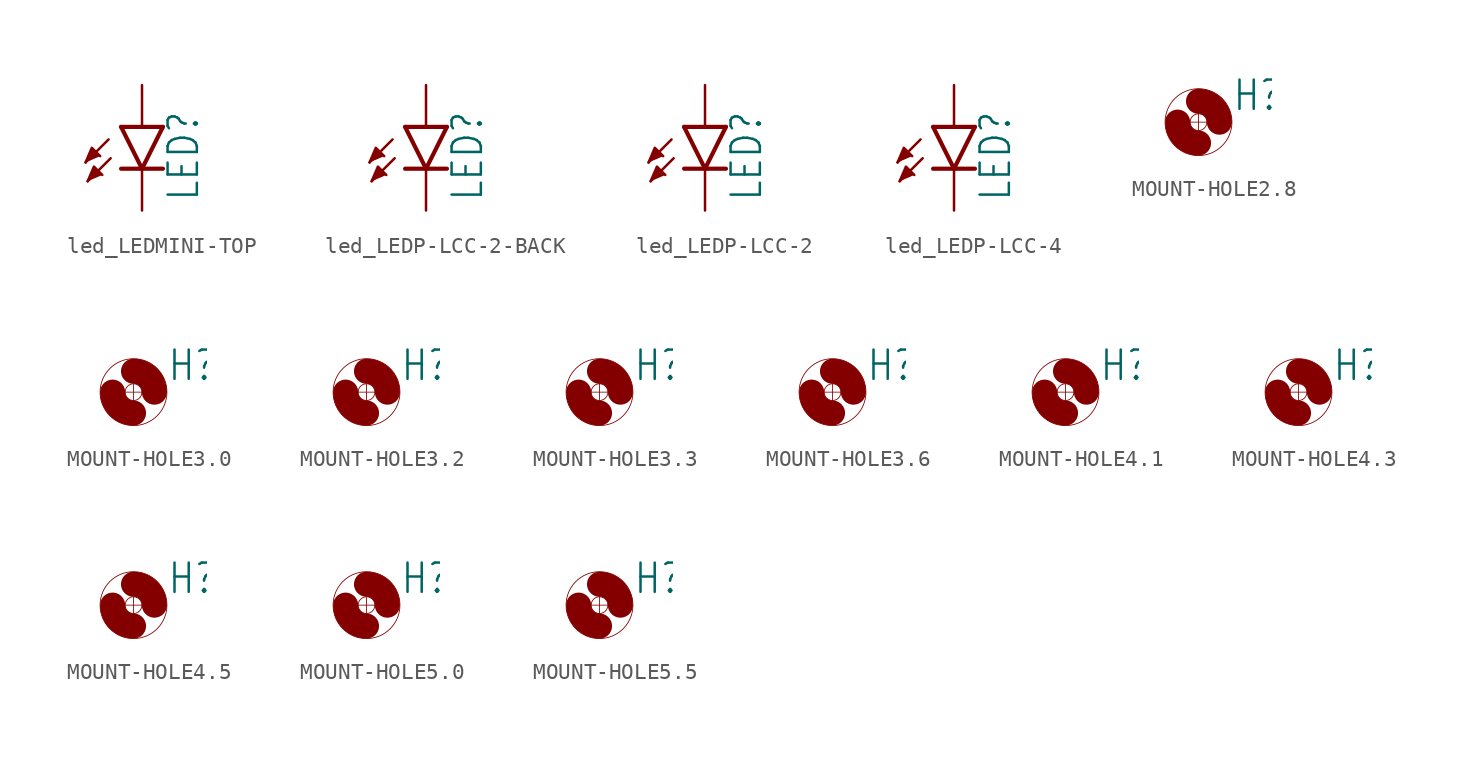
<source format=kicad_sym>
(kicad_symbol_lib
  (version 20231120)
  (generator "kicad_symbol_editor")
  (generator_version "8.0")
  (symbol "led_LEDMINI-TOP"
    (property "Reference" "LED"
      (at 3.556 -4.572 90)
      (effects (font (size 1.778 1.511)) (justify left bottom)))
    (property "Value" ""
      (at 5.715 -4.572 90)
      (effects (font (size 1.778 1.511)) (justify left bottom)))
    (property "ki_locked" ""
      (at 0 0 0)
      (effects (font (size 1.27 1.27))))
    (symbol "led_LEDMINI-TOP_1_0"
      (polyline (pts (xy -2.032 -0.762) (xy -3.429 -2.159)) (stroke (width 0.152) (type solid)) (fill (type none)))
      (polyline (pts (xy -1.905 -1.905) (xy -3.302 -3.302)) (stroke (width 0.152) (type solid)) (fill (type none)))
      (polyline (pts (xy 0 -2.54) (xy -1.27 -2.54)) (stroke (width 0.254) (type solid)) (fill (type none)))
      (polyline (pts (xy 0 -2.54) (xy -1.27 0)) (stroke (width 0.254) (type solid)) (fill (type none)))
      (polyline (pts (xy 0 0) (xy -1.27 0)) (stroke (width 0.254) (type solid)) (fill (type none)))
      (polyline (pts (xy 1.27 -2.54) (xy 0 -2.54)) (stroke (width 0.254) (type solid)) (fill (type none)))
      (polyline (pts (xy 1.27 0) (xy 0 -2.54)) (stroke (width 0.254) (type solid)) (fill (type none)))
      (polyline (pts (xy 1.27 0) (xy 0 0)) (stroke (width 0.254) (type solid)) (fill (type none)))
      (polyline (pts (xy -3.429 -2.159) (xy -3.048 -1.27) (xy -2.54 -1.778)) (stroke (width 0.152) (type solid)) (fill (type outline)))
      (polyline (pts (xy -3.302 -3.302) (xy -2.921 -2.413) (xy -2.413 -2.921)) (stroke (width 0.152) (type solid)) (fill (type outline)))
      (pin passive line (at 0 2.54 270) (length 2.54) (name "A" (effects (font (size 0 0)))) (number "A" (effects (font (size 0 0)))))
      (pin passive line (at 0 -5.08 90) (length 2.54) (name "C" (effects (font (size 0 0)))) (number "C" (effects (font (size 0 0)))))))
  (symbol "led_LEDP-LCC-2-BACK"
    (property "Reference" "LED"
      (at 3.556 -4.572 90)
      (effects (font (size 1.778 1.511)) (justify left bottom)))
    (property "Value" ""
      (at 5.715 -4.572 90)
      (effects (font (size 1.778 1.511)) (justify left bottom)))
    (property "ki_locked" ""
      (at 0 0 0)
      (effects (font (size 1.27 1.27))))
    (symbol "led_LEDP-LCC-2-BACK_1_0"
      (polyline (pts (xy -2.032 -0.762) (xy -3.429 -2.159)) (stroke (width 0.152) (type solid)) (fill (type none)))
      (polyline (pts (xy -1.905 -1.905) (xy -3.302 -3.302)) (stroke (width 0.152) (type solid)) (fill (type none)))
      (polyline (pts (xy 0 -2.54) (xy -1.27 -2.54)) (stroke (width 0.254) (type solid)) (fill (type none)))
      (polyline (pts (xy 0 -2.54) (xy -1.27 0)) (stroke (width 0.254) (type solid)) (fill (type none)))
      (polyline (pts (xy 0 0) (xy -1.27 0)) (stroke (width 0.254) (type solid)) (fill (type none)))
      (polyline (pts (xy 1.27 -2.54) (xy 0 -2.54)) (stroke (width 0.254) (type solid)) (fill (type none)))
      (polyline (pts (xy 1.27 0) (xy 0 -2.54)) (stroke (width 0.254) (type solid)) (fill (type none)))
      (polyline (pts (xy 1.27 0) (xy 0 0)) (stroke (width 0.254) (type solid)) (fill (type none)))
      (polyline (pts (xy -3.429 -2.159) (xy -3.048 -1.27) (xy -2.54 -1.778)) (stroke (width 0.152) (type solid)) (fill (type outline)))
      (polyline (pts (xy -3.302 -3.302) (xy -2.921 -2.413) (xy -2.413 -2.921)) (stroke (width 0.152) (type solid)) (fill (type outline)))
      (pin passive line (at 0 2.54 270) (length 2.54) (name "A" (effects (font (size 0 0)))) (number "A" (effects (font (size 0 0)))))
      (pin passive line (at 0 -5.08 90) (length 2.54) (name "C" (effects (font (size 0 0)))) (number "C" (effects (font (size 0 0)))))))
  (symbol "led_LEDP-LCC-2"
    (property "Reference" "LED"
      (at 3.556 -4.572 90)
      (effects (font (size 1.778 1.511)) (justify left bottom)))
    (property "Value" ""
      (at 5.715 -4.572 90)
      (effects (font (size 1.778 1.511)) (justify left bottom)))
    (property "ki_locked" ""
      (at 0 0 0)
      (effects (font (size 1.27 1.27))))
    (symbol "led_LEDP-LCC-2_1_0"
      (polyline (pts (xy -2.032 -0.762) (xy -3.429 -2.159)) (stroke (width 0.152) (type solid)) (fill (type none)))
      (polyline (pts (xy -1.905 -1.905) (xy -3.302 -3.302)) (stroke (width 0.152) (type solid)) (fill (type none)))
      (polyline (pts (xy 0 -2.54) (xy -1.27 -2.54)) (stroke (width 0.254) (type solid)) (fill (type none)))
      (polyline (pts (xy 0 -2.54) (xy -1.27 0)) (stroke (width 0.254) (type solid)) (fill (type none)))
      (polyline (pts (xy 0 0) (xy -1.27 0)) (stroke (width 0.254) (type solid)) (fill (type none)))
      (polyline (pts (xy 1.27 -2.54) (xy 0 -2.54)) (stroke (width 0.254) (type solid)) (fill (type none)))
      (polyline (pts (xy 1.27 0) (xy 0 -2.54)) (stroke (width 0.254) (type solid)) (fill (type none)))
      (polyline (pts (xy 1.27 0) (xy 0 0)) (stroke (width 0.254) (type solid)) (fill (type none)))
      (polyline (pts (xy -3.429 -2.159) (xy -3.048 -1.27) (xy -2.54 -1.778)) (stroke (width 0.152) (type solid)) (fill (type outline)))
      (polyline (pts (xy -3.302 -3.302) (xy -2.921 -2.413) (xy -2.413 -2.921)) (stroke (width 0.152) (type solid)) (fill (type outline)))
      (pin passive line (at 0 2.54 270) (length 2.54) (name "A" (effects (font (size 0 0)))) (number "A" (effects (font (size 0 0)))))
      (pin passive line (at 0 -5.08 90) (length 2.54) (name "C" (effects (font (size 0 0)))) (number "C" (effects (font (size 0 0)))))))
  (symbol "led_LEDP-LCC-4"
    (property "Reference" "LED"
      (at 3.556 -4.572 90)
      (effects (font (size 1.778 1.511)) (justify left bottom)))
    (property "Value" ""
      (at 5.715 -4.572 90)
      (effects (font (size 1.778 1.511)) (justify left bottom)))
    (property "ki_locked" ""
      (at 0 0 0)
      (effects (font (size 1.27 1.27))))
    (symbol "led_LEDP-LCC-4_1_0"
      (polyline (pts (xy -2.032 -0.762) (xy -3.429 -2.159)) (stroke (width 0.152) (type solid)) (fill (type none)))
      (polyline (pts (xy -1.905 -1.905) (xy -3.302 -3.302)) (stroke (width 0.152) (type solid)) (fill (type none)))
      (polyline (pts (xy 0 -2.54) (xy -1.27 -2.54)) (stroke (width 0.254) (type solid)) (fill (type none)))
      (polyline (pts (xy 0 -2.54) (xy -1.27 0)) (stroke (width 0.254) (type solid)) (fill (type none)))
      (polyline (pts (xy 0 0) (xy -1.27 0)) (stroke (width 0.254) (type solid)) (fill (type none)))
      (polyline (pts (xy 1.27 -2.54) (xy 0 -2.54)) (stroke (width 0.254) (type solid)) (fill (type none)))
      (polyline (pts (xy 1.27 0) (xy 0 -2.54)) (stroke (width 0.254) (type solid)) (fill (type none)))
      (polyline (pts (xy 1.27 0) (xy 0 0)) (stroke (width 0.254) (type solid)) (fill (type none)))
      (polyline (pts (xy -3.429 -2.159) (xy -3.048 -1.27) (xy -2.54 -1.778)) (stroke (width 0.152) (type solid)) (fill (type outline)))
      (polyline (pts (xy -3.302 -3.302) (xy -2.921 -2.413) (xy -2.413 -2.921)) (stroke (width 0.152) (type solid)) (fill (type outline)))
      (pin passive line (at 0 2.54 270) (length 2.54) (name "A" (effects (font (size 0 0)))) (number "A" (effects (font (size 0 0)))))
      (pin passive line (at 0 -5.08 90) (length 2.54) (name "C" (effects (font (size 0 0)))) (number "C@4" (effects (font (size 0 0)))))))
  (symbol "MOUNT-HOLE2.8"
    (property "Reference" "H"
      (at 2.032 0.584 0)
      (effects (font (size 1.778 1.511)) (justify left bottom)))
    (property "Value" ""
      (at 2.032 -2.464 0)
      (effects (font (size 1.778 1.511)) (justify left bottom)))
    (property "ki_locked" ""
      (at 0 0 0)
      (effects (font (size 1.27 1.27))))
    (symbol "MOUNT-HOLE2.8_1_0"
      (arc (start -1.27 0) (mid -0.898 -0.898) (end 0 -1.27) (stroke (width 1.524) (type solid)) (fill (type none)))
      (polyline (pts (xy -0.508 0) (xy 0.508 0)) (stroke (width 0.051) (type solid)) (fill (type none)))
      (polyline (pts (xy 0 0.508) (xy 0 -0.508)) (stroke (width 0.051) (type solid)) (fill (type none)))
      (circle (center 0 0) (radius 0.508) (stroke (width 0.051) (type solid)) (fill (type none)))
      (circle (center 0 0) (radius 2.032) (stroke (width 0.051) (type solid)) (fill (type none)))
      (arc (start 1.27 0) (mid 0.898 0.898) (end 0 1.27) (stroke (width 1.524) (type solid)) (fill (type none)))))
  (symbol "MOUNT-HOLE3.0"
    (property "Reference" "H"
      (at 2.032 0.584 0)
      (effects (font (size 1.778 1.511)) (justify left bottom)))
    (property "Value" ""
      (at 2.032 -2.464 0)
      (effects (font (size 1.778 1.511)) (justify left bottom)))
    (property "ki_locked" ""
      (at 0 0 0)
      (effects (font (size 1.27 1.27))))
    (symbol "MOUNT-HOLE3.0_1_0"
      (arc (start -1.27 0) (mid -0.898 -0.898) (end 0 -1.27) (stroke (width 1.524) (type solid)) (fill (type none)))
      (polyline (pts (xy -0.508 0) (xy 0.508 0)) (stroke (width 0.051) (type solid)) (fill (type none)))
      (polyline (pts (xy 0 0.508) (xy 0 -0.508)) (stroke (width 0.051) (type solid)) (fill (type none)))
      (circle (center 0 0) (radius 0.508) (stroke (width 0.051) (type solid)) (fill (type none)))
      (circle (center 0 0) (radius 2.032) (stroke (width 0.051) (type solid)) (fill (type none)))
      (arc (start 1.27 0) (mid 0.898 0.898) (end 0 1.27) (stroke (width 1.524) (type solid)) (fill (type none)))))
  (symbol "MOUNT-HOLE3.2"
    (property "Reference" "H"
      (at 2.032 0.584 0)
      (effects (font (size 1.778 1.511)) (justify left bottom)))
    (property "Value" ""
      (at 2.032 -2.464 0)
      (effects (font (size 1.778 1.511)) (justify left bottom)))
    (property "ki_locked" ""
      (at 0 0 0)
      (effects (font (size 1.27 1.27))))
    (symbol "MOUNT-HOLE3.2_1_0"
      (arc (start -1.27 0) (mid -0.898 -0.898) (end 0 -1.27) (stroke (width 1.524) (type solid)) (fill (type none)))
      (polyline (pts (xy -0.508 0) (xy 0.508 0)) (stroke (width 0.051) (type solid)) (fill (type none)))
      (polyline (pts (xy 0 0.508) (xy 0 -0.508)) (stroke (width 0.051) (type solid)) (fill (type none)))
      (circle (center 0 0) (radius 0.508) (stroke (width 0.051) (type solid)) (fill (type none)))
      (circle (center 0 0) (radius 2.032) (stroke (width 0.051) (type solid)) (fill (type none)))
      (arc (start 1.27 0) (mid 0.898 0.898) (end 0 1.27) (stroke (width 1.524) (type solid)) (fill (type none)))))
  (symbol "MOUNT-HOLE3.3"
    (property "Reference" "H"
      (at 2.032 0.584 0)
      (effects (font (size 1.778 1.511)) (justify left bottom)))
    (property "Value" ""
      (at 2.032 -2.464 0)
      (effects (font (size 1.778 1.511)) (justify left bottom)))
    (property "ki_locked" ""
      (at 0 0 0)
      (effects (font (size 1.27 1.27))))
    (symbol "MOUNT-HOLE3.3_1_0"
      (arc (start -1.27 0) (mid -0.898 -0.898) (end 0 -1.27) (stroke (width 1.524) (type solid)) (fill (type none)))
      (polyline (pts (xy -0.508 0) (xy 0.508 0)) (stroke (width 0.051) (type solid)) (fill (type none)))
      (polyline (pts (xy 0 0.508) (xy 0 -0.508)) (stroke (width 0.051) (type solid)) (fill (type none)))
      (circle (center 0 0) (radius 0.508) (stroke (width 0.051) (type solid)) (fill (type none)))
      (circle (center 0 0) (radius 2.032) (stroke (width 0.051) (type solid)) (fill (type none)))
      (arc (start 1.27 0) (mid 0.898 0.898) (end 0 1.27) (stroke (width 1.524) (type solid)) (fill (type none)))))
  (symbol "MOUNT-HOLE3.6"
    (property "Reference" "H"
      (at 2.032 0.584 0)
      (effects (font (size 1.778 1.511)) (justify left bottom)))
    (property "Value" ""
      (at 2.032 -2.464 0)
      (effects (font (size 1.778 1.511)) (justify left bottom)))
    (property "ki_locked" ""
      (at 0 0 0)
      (effects (font (size 1.27 1.27))))
    (symbol "MOUNT-HOLE3.6_1_0"
      (arc (start -1.27 0) (mid -0.898 -0.898) (end 0 -1.27) (stroke (width 1.524) (type solid)) (fill (type none)))
      (polyline (pts (xy -0.508 0) (xy 0.508 0)) (stroke (width 0.051) (type solid)) (fill (type none)))
      (polyline (pts (xy 0 0.508) (xy 0 -0.508)) (stroke (width 0.051) (type solid)) (fill (type none)))
      (circle (center 0 0) (radius 0.508) (stroke (width 0.051) (type solid)) (fill (type none)))
      (circle (center 0 0) (radius 2.032) (stroke (width 0.051) (type solid)) (fill (type none)))
      (arc (start 1.27 0) (mid 0.898 0.898) (end 0 1.27) (stroke (width 1.524) (type solid)) (fill (type none)))))
  (symbol "MOUNT-HOLE4.1"
    (property "Reference" "H"
      (at 2.032 0.584 0)
      (effects (font (size 1.778 1.511)) (justify left bottom)))
    (property "Value" ""
      (at 2.032 -2.464 0)
      (effects (font (size 1.778 1.511)) (justify left bottom)))
    (property "ki_locked" ""
      (at 0 0 0)
      (effects (font (size 1.27 1.27))))
    (symbol "MOUNT-HOLE4.1_1_0"
      (arc (start -1.27 0) (mid -0.898 -0.898) (end 0 -1.27) (stroke (width 1.524) (type solid)) (fill (type none)))
      (polyline (pts (xy -0.508 0) (xy 0.508 0)) (stroke (width 0.051) (type solid)) (fill (type none)))
      (polyline (pts (xy 0 0.508) (xy 0 -0.508)) (stroke (width 0.051) (type solid)) (fill (type none)))
      (circle (center 0 0) (radius 0.508) (stroke (width 0.051) (type solid)) (fill (type none)))
      (circle (center 0 0) (radius 2.032) (stroke (width 0.051) (type solid)) (fill (type none)))
      (arc (start 1.27 0) (mid 0.898 0.898) (end 0 1.27) (stroke (width 1.524) (type solid)) (fill (type none)))))
  (symbol "MOUNT-HOLE4.3"
    (property "Reference" "H"
      (at 2.032 0.584 0)
      (effects (font (size 1.778 1.511)) (justify left bottom)))
    (property "Value" ""
      (at 2.032 -2.464 0)
      (effects (font (size 1.778 1.511)) (justify left bottom)))
    (property "ki_locked" ""
      (at 0 0 0)
      (effects (font (size 1.27 1.27))))
    (symbol "MOUNT-HOLE4.3_1_0"
      (arc (start -1.27 0) (mid -0.898 -0.898) (end 0 -1.27) (stroke (width 1.524) (type solid)) (fill (type none)))
      (polyline (pts (xy -0.508 0) (xy 0.508 0)) (stroke (width 0.051) (type solid)) (fill (type none)))
      (polyline (pts (xy 0 0.508) (xy 0 -0.508)) (stroke (width 0.051) (type solid)) (fill (type none)))
      (circle (center 0 0) (radius 0.508) (stroke (width 0.051) (type solid)) (fill (type none)))
      (circle (center 0 0) (radius 2.032) (stroke (width 0.051) (type solid)) (fill (type none)))
      (arc (start 1.27 0) (mid 0.898 0.898) (end 0 1.27) (stroke (width 1.524) (type solid)) (fill (type none)))))
  (symbol "MOUNT-HOLE4.5"
    (property "Reference" "H"
      (at 2.032 0.584 0)
      (effects (font (size 1.778 1.511)) (justify left bottom)))
    (property "Value" ""
      (at 2.032 -2.464 0)
      (effects (font (size 1.778 1.511)) (justify left bottom)))
    (property "ki_locked" ""
      (at 0 0 0)
      (effects (font (size 1.27 1.27))))
    (symbol "MOUNT-HOLE4.5_1_0"
      (arc (start -1.27 0) (mid -0.898 -0.898) (end 0 -1.27) (stroke (width 1.524) (type solid)) (fill (type none)))
      (polyline (pts (xy -0.508 0) (xy 0.508 0)) (stroke (width 0.051) (type solid)) (fill (type none)))
      (polyline (pts (xy 0 0.508) (xy 0 -0.508)) (stroke (width 0.051) (type solid)) (fill (type none)))
      (circle (center 0 0) (radius 0.508) (stroke (width 0.051) (type solid)) (fill (type none)))
      (circle (center 0 0) (radius 2.032) (stroke (width 0.051) (type solid)) (fill (type none)))
      (arc (start 1.27 0) (mid 0.898 0.898) (end 0 1.27) (stroke (width 1.524) (type solid)) (fill (type none)))))
  (symbol "MOUNT-HOLE5.0"
    (property "Reference" "H"
      (at 2.032 0.584 0)
      (effects (font (size 1.778 1.511)) (justify left bottom)))
    (property "Value" ""
      (at 2.032 -2.464 0)
      (effects (font (size 1.778 1.511)) (justify left bottom)))
    (property "ki_locked" ""
      (at 0 0 0)
      (effects (font (size 1.27 1.27))))
    (symbol "MOUNT-HOLE5.0_1_0"
      (arc (start -1.27 0) (mid -0.898 -0.898) (end 0 -1.27) (stroke (width 1.524) (type solid)) (fill (type none)))
      (polyline (pts (xy -0.508 0) (xy 0.508 0)) (stroke (width 0.051) (type solid)) (fill (type none)))
      (polyline (pts (xy 0 0.508) (xy 0 -0.508)) (stroke (width 0.051) (type solid)) (fill (type none)))
      (circle (center 0 0) (radius 0.508) (stroke (width 0.051) (type solid)) (fill (type none)))
      (circle (center 0 0) (radius 2.032) (stroke (width 0.051) (type solid)) (fill (type none)))
      (arc (start 1.27 0) (mid 0.898 0.898) (end 0 1.27) (stroke (width 1.524) (type solid)) (fill (type none)))))
  (symbol "MOUNT-HOLE5.5"
    (property "Reference" "H"
      (at 2.032 0.584 0)
      (effects (font (size 1.778 1.511)) (justify left bottom)))
    (property "Value" ""
      (at 2.032 -2.464 0)
      (effects (font (size 1.778 1.511)) (justify left bottom)))
    (property "ki_locked" ""
      (at 0 0 0)
      (effects (font (size 1.27 1.27))))
    (symbol "MOUNT-HOLE5.5_1_0"
      (arc (start -1.27 0) (mid -0.898 -0.898) (end 0 -1.27) (stroke (width 1.524) (type solid)) (fill (type none)))
      (polyline (pts (xy -0.508 0) (xy 0.508 0)) (stroke (width 0.051) (type solid)) (fill (type none)))
      (polyline (pts (xy 0 0.508) (xy 0 -0.508)) (stroke (width 0.051) (type solid)) (fill (type none)))
      (circle (center 0 0) (radius 0.508) (stroke (width 0.051) (type solid)) (fill (type none)))
      (circle (center 0 0) (radius 2.032) (stroke (width 0.051) (type solid)) (fill (type none)))
      (arc (start 1.27 0) (mid 0.898 0.898) (end 0 1.27) (stroke (width 1.524) (type solid)) (fill (type none))))))
</source>
